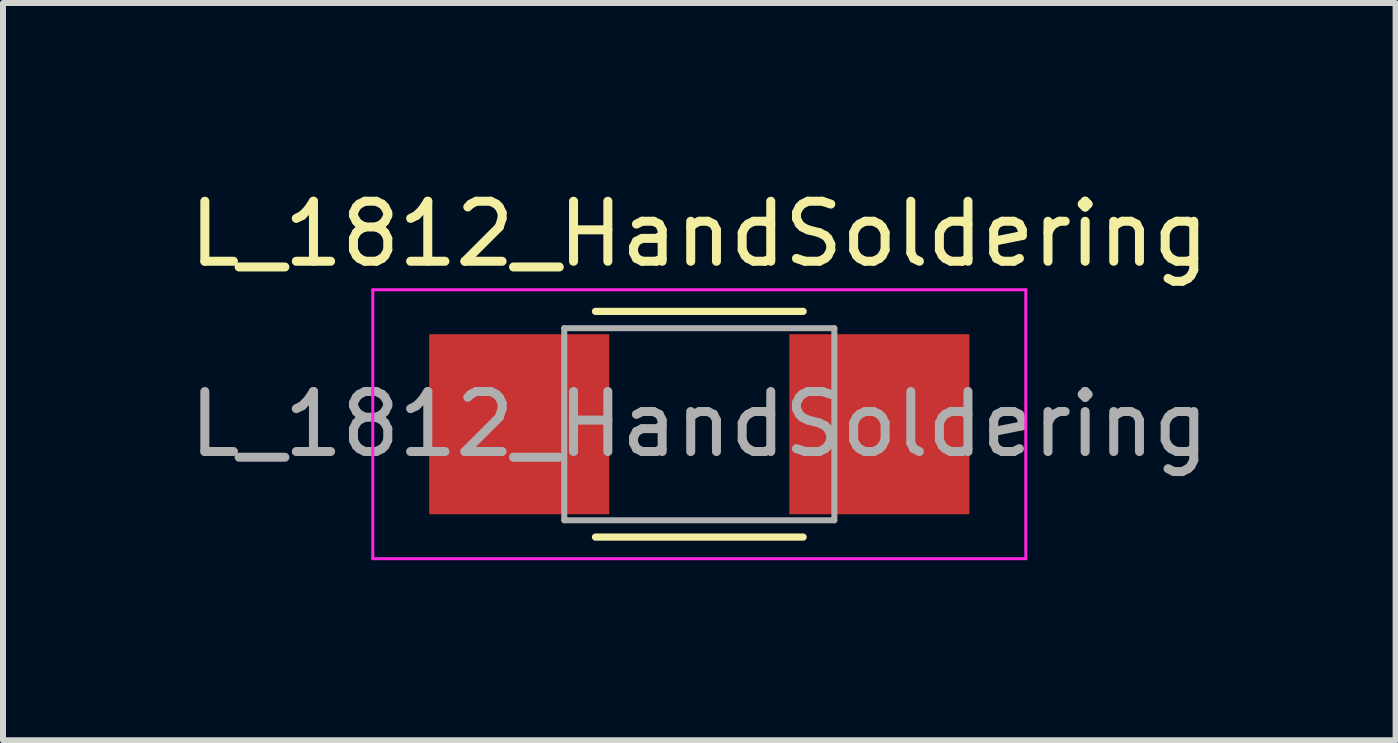
<source format=kicad_pcb>
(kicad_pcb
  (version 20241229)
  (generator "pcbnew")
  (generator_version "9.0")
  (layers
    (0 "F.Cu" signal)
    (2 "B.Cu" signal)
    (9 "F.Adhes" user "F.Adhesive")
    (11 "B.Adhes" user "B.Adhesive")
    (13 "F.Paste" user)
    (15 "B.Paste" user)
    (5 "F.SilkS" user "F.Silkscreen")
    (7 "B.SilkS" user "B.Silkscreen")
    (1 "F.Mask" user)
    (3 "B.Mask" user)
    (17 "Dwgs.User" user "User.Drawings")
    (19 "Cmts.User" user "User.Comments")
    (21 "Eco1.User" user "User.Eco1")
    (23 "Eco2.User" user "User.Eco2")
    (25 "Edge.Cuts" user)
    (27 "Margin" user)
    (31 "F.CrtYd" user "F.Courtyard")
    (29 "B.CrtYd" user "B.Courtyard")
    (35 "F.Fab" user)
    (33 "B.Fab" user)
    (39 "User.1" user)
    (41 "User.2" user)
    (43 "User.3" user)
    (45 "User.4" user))
  (footprint "L_1812_HandSoldering"
    (layer "F.Cu")
    (at 8.601 4.018)
    (property "Reference" "L_1812_HandSoldering" (at 0 -3.17 0) (layer "F.SilkS") (effects (font (size 1 1) (thickness 0.15))))
    (attr smd)
    (fp_line (start -1.73 -1.88) (end 1.73 -1.88) (stroke (width 0.12) (type solid)) (layer "F.SilkS"))
    (fp_line (start -1.73 1.88) (end 1.73 1.88) (stroke (width 0.12) (type solid)) (layer "F.SilkS"))
    (fp_line (start -5.44 -2.24) (end 5.44 -2.24) (stroke (width 0.05) (type solid)) (layer "F.CrtYd"))
    (fp_line (start -5.44 2.24) (end -5.44 -2.24) (stroke (width 0.05) (type solid)) (layer "F.CrtYd"))
    (fp_line (start 5.44 -2.24) (end 5.44 2.24) (stroke (width 0.05) (type solid)) (layer "F.CrtYd"))
    (fp_line (start 5.44 2.24) (end -5.44 2.24) (stroke (width 0.05) (type solid)) (layer "F.CrtYd"))
    (fp_line (start -2.25 -1.6) (end 2.25 -1.6) (stroke (width 0.1) (type solid)) (layer "F.Fab"))
    (fp_line (start -2.25 1.6) (end -2.25 -1.6) (stroke (width 0.1) (type solid)) (layer "F.Fab"))
    (fp_line (start 2.25 -1.6) (end 2.25 1.6) (stroke (width 0.1) (type solid)) (layer "F.Fab"))
    (fp_line (start 2.25 1.6) (end -2.25 1.6) (stroke (width 0.1) (type solid)) (layer "F.Fab"))
    (fp_text user "${REFERENCE}" (at 0 0 0) (layer "F.Fab") (effects (font (size 1 1) (thickness 0.15))))
    (pad "1" smd rect (at -3 0) (size 3 3) (layers "F.Cu" "F.Mask" "F.Paste"))
    (pad "2" smd rect (at 3 0) (size 3 3) (layers "F.Cu" "F.Mask" "F.Paste")))
  (gr_rect
    (start -3 -3)
    (end 20.202 9.283)
    (stroke (width 0.1) (type default))
    (fill no)
    (layer "Edge.Cuts")))
</source>
